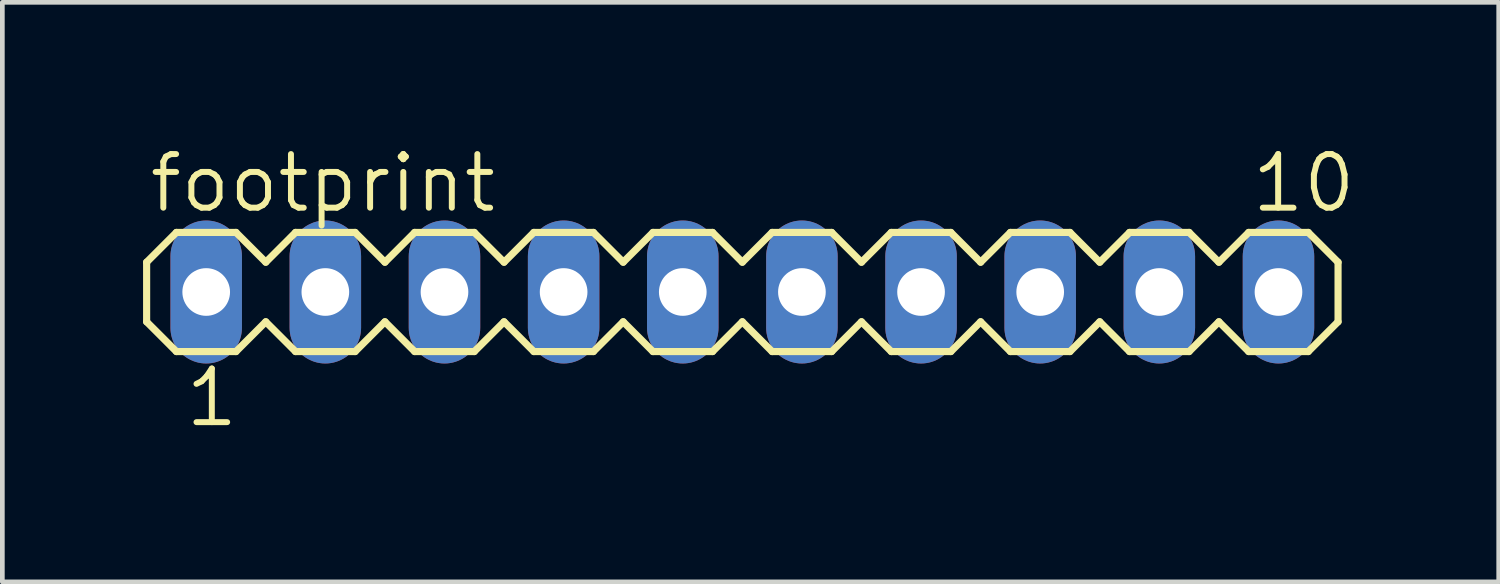
<source format=kicad_pcb>
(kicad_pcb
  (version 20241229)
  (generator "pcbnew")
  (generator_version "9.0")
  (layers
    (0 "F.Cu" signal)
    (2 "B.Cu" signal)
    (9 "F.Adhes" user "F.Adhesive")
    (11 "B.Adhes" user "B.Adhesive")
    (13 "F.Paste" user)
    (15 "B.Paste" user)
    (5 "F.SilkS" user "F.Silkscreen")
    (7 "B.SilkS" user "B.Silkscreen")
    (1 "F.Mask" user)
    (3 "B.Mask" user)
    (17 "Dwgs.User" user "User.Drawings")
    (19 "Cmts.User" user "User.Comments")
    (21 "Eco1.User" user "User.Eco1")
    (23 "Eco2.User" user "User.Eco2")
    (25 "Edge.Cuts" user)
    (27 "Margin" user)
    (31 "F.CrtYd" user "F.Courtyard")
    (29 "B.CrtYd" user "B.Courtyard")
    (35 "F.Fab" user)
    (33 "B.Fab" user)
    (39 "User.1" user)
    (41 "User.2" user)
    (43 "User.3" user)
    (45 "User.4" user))
  (footprint "footprint"
    (layer "F.Cu")
    (at 12.776 3.175)
    (property "Reference" "footprint" (at -12.7 -1.651 0) (layer "F.SilkS") (effects (font (size 1.143 1.143) (thickness 0.127)) (justify left bottom)))
    (fp_line (start -12.7 -0.635) (end -12.7 0.635) (stroke (width 0.152) (type solid)) (layer "F.SilkS"))
    (fp_line (start -12.7 0.635) (end -12.065 1.27) (stroke (width 0.152) (type solid)) (layer "F.SilkS"))
    (fp_line (start -12.065 -1.27) (end -12.7 -0.635) (stroke (width 0.152) (type solid)) (layer "F.SilkS"))
    (fp_line (start -12.065 -1.27) (end -10.795 -1.27) (stroke (width 0.152) (type solid)) (layer "F.SilkS"))
    (fp_line (start -10.795 -1.27) (end -10.16 -0.635) (stroke (width 0.152) (type solid)) (layer "F.SilkS"))
    (fp_line (start -10.795 1.27) (end -12.065 1.27) (stroke (width 0.152) (type solid)) (layer "F.SilkS"))
    (fp_line (start -10.16 -0.635) (end -9.525 -1.27) (stroke (width 0.152) (type solid)) (layer "F.SilkS"))
    (fp_line (start -10.16 0.635) (end -10.795 1.27) (stroke (width 0.152) (type solid)) (layer "F.SilkS"))
    (fp_line (start -9.525 -1.27) (end -8.255 -1.27) (stroke (width 0.152) (type solid)) (layer "F.SilkS"))
    (fp_line (start -9.525 1.27) (end -10.16 0.635) (stroke (width 0.152) (type solid)) (layer "F.SilkS"))
    (fp_line (start -8.255 -1.27) (end -7.62 -0.635) (stroke (width 0.152) (type solid)) (layer "F.SilkS"))
    (fp_line (start -8.255 1.27) (end -9.525 1.27) (stroke (width 0.152) (type solid)) (layer "F.SilkS"))
    (fp_line (start -7.62 -0.635) (end -6.985 -1.27) (stroke (width 0.152) (type solid)) (layer "F.SilkS"))
    (fp_line (start -7.62 0.635) (end -8.255 1.27) (stroke (width 0.152) (type solid)) (layer "F.SilkS"))
    (fp_line (start -6.985 -1.27) (end -5.715 -1.27) (stroke (width 0.152) (type solid)) (layer "F.SilkS"))
    (fp_line (start -6.985 1.27) (end -7.62 0.635) (stroke (width 0.152) (type solid)) (layer "F.SilkS"))
    (fp_line (start -5.715 -1.27) (end -5.08 -0.635) (stroke (width 0.152) (type solid)) (layer "F.SilkS"))
    (fp_line (start -5.715 1.27) (end -6.985 1.27) (stroke (width 0.152) (type solid)) (layer "F.SilkS"))
    (fp_line (start -5.08 0.635) (end -5.715 1.27) (stroke (width 0.152) (type solid)) (layer "F.SilkS"))
    (fp_line (start -5.08 0.635) (end -4.445 1.27) (stroke (width 0.152) (type solid)) (layer "F.SilkS"))
    (fp_line (start -4.445 -1.27) (end -5.08 -0.635) (stroke (width 0.152) (type solid)) (layer "F.SilkS"))
    (fp_line (start -4.445 -1.27) (end -3.175 -1.27) (stroke (width 0.152) (type solid)) (layer "F.SilkS"))
    (fp_line (start -3.175 -1.27) (end -2.54 -0.635) (stroke (width 0.152) (type solid)) (layer "F.SilkS"))
    (fp_line (start -3.175 1.27) (end -4.445 1.27) (stroke (width 0.152) (type solid)) (layer "F.SilkS"))
    (fp_line (start -2.54 0.635) (end -3.175 1.27) (stroke (width 0.152) (type solid)) (layer "F.SilkS"))
    (fp_line (start -2.54 0.635) (end -1.905 1.27) (stroke (width 0.152) (type solid)) (layer "F.SilkS"))
    (fp_line (start -1.905 -1.27) (end -2.54 -0.635) (stroke (width 0.152) (type solid)) (layer "F.SilkS"))
    (fp_line (start -1.905 -1.27) (end -0.635 -1.27) (stroke (width 0.152) (type solid)) (layer "F.SilkS"))
    (fp_line (start -0.635 -1.27) (end 0 -0.635) (stroke (width 0.152) (type solid)) (layer "F.SilkS"))
    (fp_line (start -0.635 1.27) (end -1.905 1.27) (stroke (width 0.152) (type solid)) (layer "F.SilkS"))
    (fp_line (start 0 -0.635) (end 0.635 -1.27) (stroke (width 0.152) (type solid)) (layer "F.SilkS"))
    (fp_line (start 0 0.635) (end -0.635 1.27) (stroke (width 0.152) (type solid)) (layer "F.SilkS"))
    (fp_line (start 0.635 -1.27) (end 1.905 -1.27) (stroke (width 0.152) (type solid)) (layer "F.SilkS"))
    (fp_line (start 0.635 1.27) (end 0 0.635) (stroke (width 0.152) (type solid)) (layer "F.SilkS"))
    (fp_line (start 1.905 -1.27) (end 2.54 -0.635) (stroke (width 0.152) (type solid)) (layer "F.SilkS"))
    (fp_line (start 1.905 1.27) (end 0.635 1.27) (stroke (width 0.152) (type solid)) (layer "F.SilkS"))
    (fp_line (start 2.54 -0.635) (end 3.175 -1.27) (stroke (width 0.152) (type solid)) (layer "F.SilkS"))
    (fp_line (start 2.54 0.635) (end 1.905 1.27) (stroke (width 0.152) (type solid)) (layer "F.SilkS"))
    (fp_line (start 3.175 -1.27) (end 4.445 -1.27) (stroke (width 0.152) (type solid)) (layer "F.SilkS"))
    (fp_line (start 3.175 1.27) (end 2.54 0.635) (stroke (width 0.152) (type solid)) (layer "F.SilkS"))
    (fp_line (start 4.445 -1.27) (end 5.08 -0.635) (stroke (width 0.152) (type solid)) (layer "F.SilkS"))
    (fp_line (start 4.445 1.27) (end 3.175 1.27) (stroke (width 0.152) (type solid)) (layer "F.SilkS"))
    (fp_line (start 5.08 0.635) (end 4.445 1.27) (stroke (width 0.152) (type solid)) (layer "F.SilkS"))
    (fp_line (start 5.08 0.635) (end 5.715 1.27) (stroke (width 0.152) (type solid)) (layer "F.SilkS"))
    (fp_line (start 5.715 -1.27) (end 5.08 -0.635) (stroke (width 0.152) (type solid)) (layer "F.SilkS"))
    (fp_line (start 5.715 -1.27) (end 6.985 -1.27) (stroke (width 0.152) (type solid)) (layer "F.SilkS"))
    (fp_line (start 6.985 -1.27) (end 7.62 -0.635) (stroke (width 0.152) (type solid)) (layer "F.SilkS"))
    (fp_line (start 6.985 1.27) (end 5.715 1.27) (stroke (width 0.152) (type solid)) (layer "F.SilkS"))
    (fp_line (start 7.62 0.635) (end 6.985 1.27) (stroke (width 0.152) (type solid)) (layer "F.SilkS"))
    (fp_line (start 7.62 0.635) (end 8.255 1.27) (stroke (width 0.152) (type solid)) (layer "F.SilkS"))
    (fp_line (start 8.255 -1.27) (end 7.62 -0.635) (stroke (width 0.152) (type solid)) (layer "F.SilkS"))
    (fp_line (start 8.255 -1.27) (end 9.525 -1.27) (stroke (width 0.152) (type solid)) (layer "F.SilkS"))
    (fp_line (start 9.525 -1.27) (end 10.16 -0.635) (stroke (width 0.152) (type solid)) (layer "F.SilkS"))
    (fp_line (start 9.525 1.27) (end 8.255 1.27) (stroke (width 0.152) (type solid)) (layer "F.SilkS"))
    (fp_line (start 10.16 -0.635) (end 10.795 -1.27) (stroke (width 0.152) (type solid)) (layer "F.SilkS"))
    (fp_line (start 10.16 0.635) (end 9.525 1.27) (stroke (width 0.152) (type solid)) (layer "F.SilkS"))
    (fp_line (start 10.795 -1.27) (end 12.065 -1.27) (stroke (width 0.152) (type solid)) (layer "F.SilkS"))
    (fp_line (start 10.795 1.27) (end 10.16 0.635) (stroke (width 0.152) (type solid)) (layer "F.SilkS"))
    (fp_line (start 12.065 -1.27) (end 12.7 -0.635) (stroke (width 0.152) (type solid)) (layer "F.SilkS"))
    (fp_line (start 12.065 1.27) (end 10.795 1.27) (stroke (width 0.152) (type solid)) (layer "F.SilkS"))
    (fp_line (start 12.7 -0.635) (end 12.7 0.635) (stroke (width 0.152) (type solid)) (layer "F.SilkS"))
    (fp_line (start 12.7 0.635) (end 12.065 1.27) (stroke (width 0.152) (type solid)) (layer "F.SilkS"))
    (fp_poly (pts (xy -11.684 0.254) (xy -11.176 0.254) (xy -11.176 -0.254) (xy -11.684 -0.254)) (stroke (width 0.1) (type solid)) (fill no) (layer "F.Fab"))
    (fp_poly (pts (xy -9.144 0.254) (xy -8.636 0.254) (xy -8.636 -0.254) (xy -9.144 -0.254)) (stroke (width 0.1) (type solid)) (fill no) (layer "F.Fab"))
    (fp_poly (pts (xy -6.604 0.254) (xy -6.096 0.254) (xy -6.096 -0.254) (xy -6.604 -0.254)) (stroke (width 0.1) (type solid)) (fill no) (layer "F.Fab"))
    (fp_poly (pts (xy -4.064 0.254) (xy -3.556 0.254) (xy -3.556 -0.254) (xy -4.064 -0.254)) (stroke (width 0.1) (type solid)) (fill no) (layer "F.Fab"))
    (fp_poly (pts (xy -1.524 0.254) (xy -1.016 0.254) (xy -1.016 -0.254) (xy -1.524 -0.254)) (stroke (width 0.1) (type solid)) (fill no) (layer "F.Fab"))
    (fp_poly (pts (xy 1.016 0.254) (xy 1.524 0.254) (xy 1.524 -0.254) (xy 1.016 -0.254)) (stroke (width 0.1) (type solid)) (fill no) (layer "F.Fab"))
    (fp_poly (pts (xy 3.556 0.254) (xy 4.064 0.254) (xy 4.064 -0.254) (xy 3.556 -0.254)) (stroke (width 0.1) (type solid)) (fill no) (layer "F.Fab"))
    (fp_poly (pts (xy 6.096 0.254) (xy 6.604 0.254) (xy 6.604 -0.254) (xy 6.096 -0.254)) (stroke (width 0.1) (type solid)) (fill no) (layer "F.Fab"))
    (fp_poly (pts (xy 8.636 0.254) (xy 9.144 0.254) (xy 9.144 -0.254) (xy 8.636 -0.254)) (stroke (width 0.1) (type solid)) (fill no) (layer "F.Fab"))
    (fp_poly (pts (xy 11.176 0.254) (xy 11.684 0.254) (xy 11.684 -0.254) (xy 11.176 -0.254)) (stroke (width 0.1) (type solid)) (fill no) (layer "F.Fab"))
    (fp_text user "10" (at 10.795 -1.651 0) (layer "F.SilkS") (effects (font (size 1.143 1.143) (thickness 0.127)) (justify left bottom)))
    (fp_text user "1" (at -11.938 2.921 0) (layer "F.SilkS") (effects (font (size 1.143 1.143) (thickness 0.127)) (justify left bottom)))
    (pad "1" thru_hole oval (at -11.43 0 90) (size 3.048 1.524) (drill 1.016) (layers "*.Cu" "*.Mask"))
    (pad "2" thru_hole oval (at -8.89 0 90) (size 3.048 1.524) (drill 1.016) (layers "*.Cu" "*.Mask"))
    (pad "3" thru_hole oval (at -6.35 0 90) (size 3.048 1.524) (drill 1.016) (layers "*.Cu" "*.Mask"))
    (pad "4" thru_hole oval (at -3.81 0 90) (size 3.048 1.524) (drill 1.016) (layers "*.Cu" "*.Mask"))
    (pad "5" thru_hole oval (at -1.27 0 90) (size 3.048 1.524) (drill 1.016) (layers "*.Cu" "*.Mask"))
    (pad "6" thru_hole oval (at 1.27 0 90) (size 3.048 1.524) (drill 1.016) (layers "*.Cu" "*.Mask"))
    (pad "7" thru_hole oval (at 3.81 0 90) (size 3.048 1.524) (drill 1.016) (layers "*.Cu" "*.Mask"))
    (pad "8" thru_hole oval (at 6.35 0 90) (size 3.048 1.524) (drill 1.016) (layers "*.Cu" "*.Mask"))
    (pad "9" thru_hole oval (at 8.89 0 90) (size 3.048 1.524) (drill 1.016) (layers "*.Cu" "*.Mask"))
    (pad "10" thru_hole oval (at 11.43 0 90) (size 3.048 1.524) (drill 1.016) (layers "*.Cu" "*.Mask")))
  (gr_rect
    (start -3 -3)
    (end 28.901 9.355)
    (stroke (width 0.1) (type default))
    (fill no)
    (layer "Edge.Cuts")))
</source>
